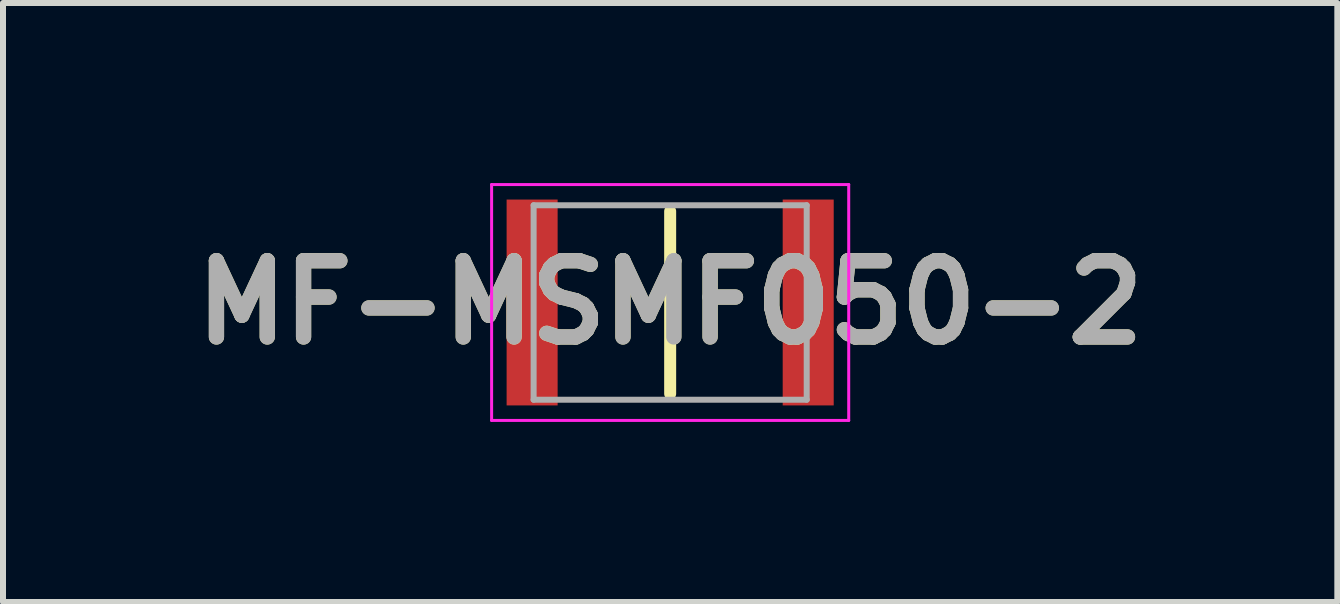
<source format=kicad_pcb>
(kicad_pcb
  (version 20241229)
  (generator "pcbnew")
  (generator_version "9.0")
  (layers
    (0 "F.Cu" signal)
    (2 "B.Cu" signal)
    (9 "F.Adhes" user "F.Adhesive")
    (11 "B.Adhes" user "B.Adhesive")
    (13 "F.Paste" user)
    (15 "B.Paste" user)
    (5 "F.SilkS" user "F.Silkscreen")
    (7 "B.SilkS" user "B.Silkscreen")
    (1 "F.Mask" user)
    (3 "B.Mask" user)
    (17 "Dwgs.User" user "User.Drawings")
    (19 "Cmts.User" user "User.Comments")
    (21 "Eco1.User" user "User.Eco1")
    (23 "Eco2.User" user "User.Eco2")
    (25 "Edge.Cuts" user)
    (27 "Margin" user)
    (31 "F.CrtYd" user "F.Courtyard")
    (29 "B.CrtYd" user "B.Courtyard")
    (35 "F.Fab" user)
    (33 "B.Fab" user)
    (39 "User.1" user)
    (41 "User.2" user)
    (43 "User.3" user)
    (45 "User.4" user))
  (footprint "MF-MSMF050-2"
    (layer "F.Cu")
    (at 8.116 1.99)
    (property "Reference" "MF-MSMF050-2" (at 0 0 0) (layer "F.SilkS") (effects (font (size 1.27 1.27) (thickness 0.254))))
    (attr smd)
    (fp_line (start 0 -1.52) (end 0 1.52) (stroke (width 0.2) (type solid)) (layer "F.SilkS"))
    (fp_line (start -2.975 -1.965) (end 2.975 -1.965) (stroke (width 0.05) (type solid)) (layer "F.CrtYd"))
    (fp_line (start -2.975 1.965) (end -2.975 -1.965) (stroke (width 0.05) (type solid)) (layer "F.CrtYd"))
    (fp_line (start 2.975 -1.965) (end 2.975 1.965) (stroke (width 0.05) (type solid)) (layer "F.CrtYd"))
    (fp_line (start 2.975 1.965) (end -2.975 1.965) (stroke (width 0.05) (type solid)) (layer "F.CrtYd"))
    (fp_line (start -2.275 -1.62) (end 2.275 -1.62) (stroke (width 0.1) (type solid)) (layer "F.Fab"))
    (fp_line (start -2.275 1.62) (end -2.275 -1.62) (stroke (width 0.1) (type solid)) (layer "F.Fab"))
    (fp_line (start 2.275 -1.62) (end 2.275 1.62) (stroke (width 0.1) (type solid)) (layer "F.Fab"))
    (fp_line (start 2.275 1.62) (end -2.275 1.62) (stroke (width 0.1) (type solid)) (layer "F.Fab"))
    (fp_text user "${REFERENCE}" (at 0 0 0) (layer "F.Fab") (effects (font (size 1.27 1.27) (thickness 0.254))))
    (pad "1" smd rect (at -2.3 0) (size 0.85 3.43) (layers "F.Cu" "F.Mask" "F.Paste"))
    (pad "2" smd rect (at 2.3 0) (size 0.85 3.43) (layers "F.Cu" "F.Mask" "F.Paste")))
  (gr_rect
    (start -3 -3)
    (end 19.232 6.98)
    (stroke (width 0.1) (type default))
    (fill no)
    (layer "Edge.Cuts")))
</source>
